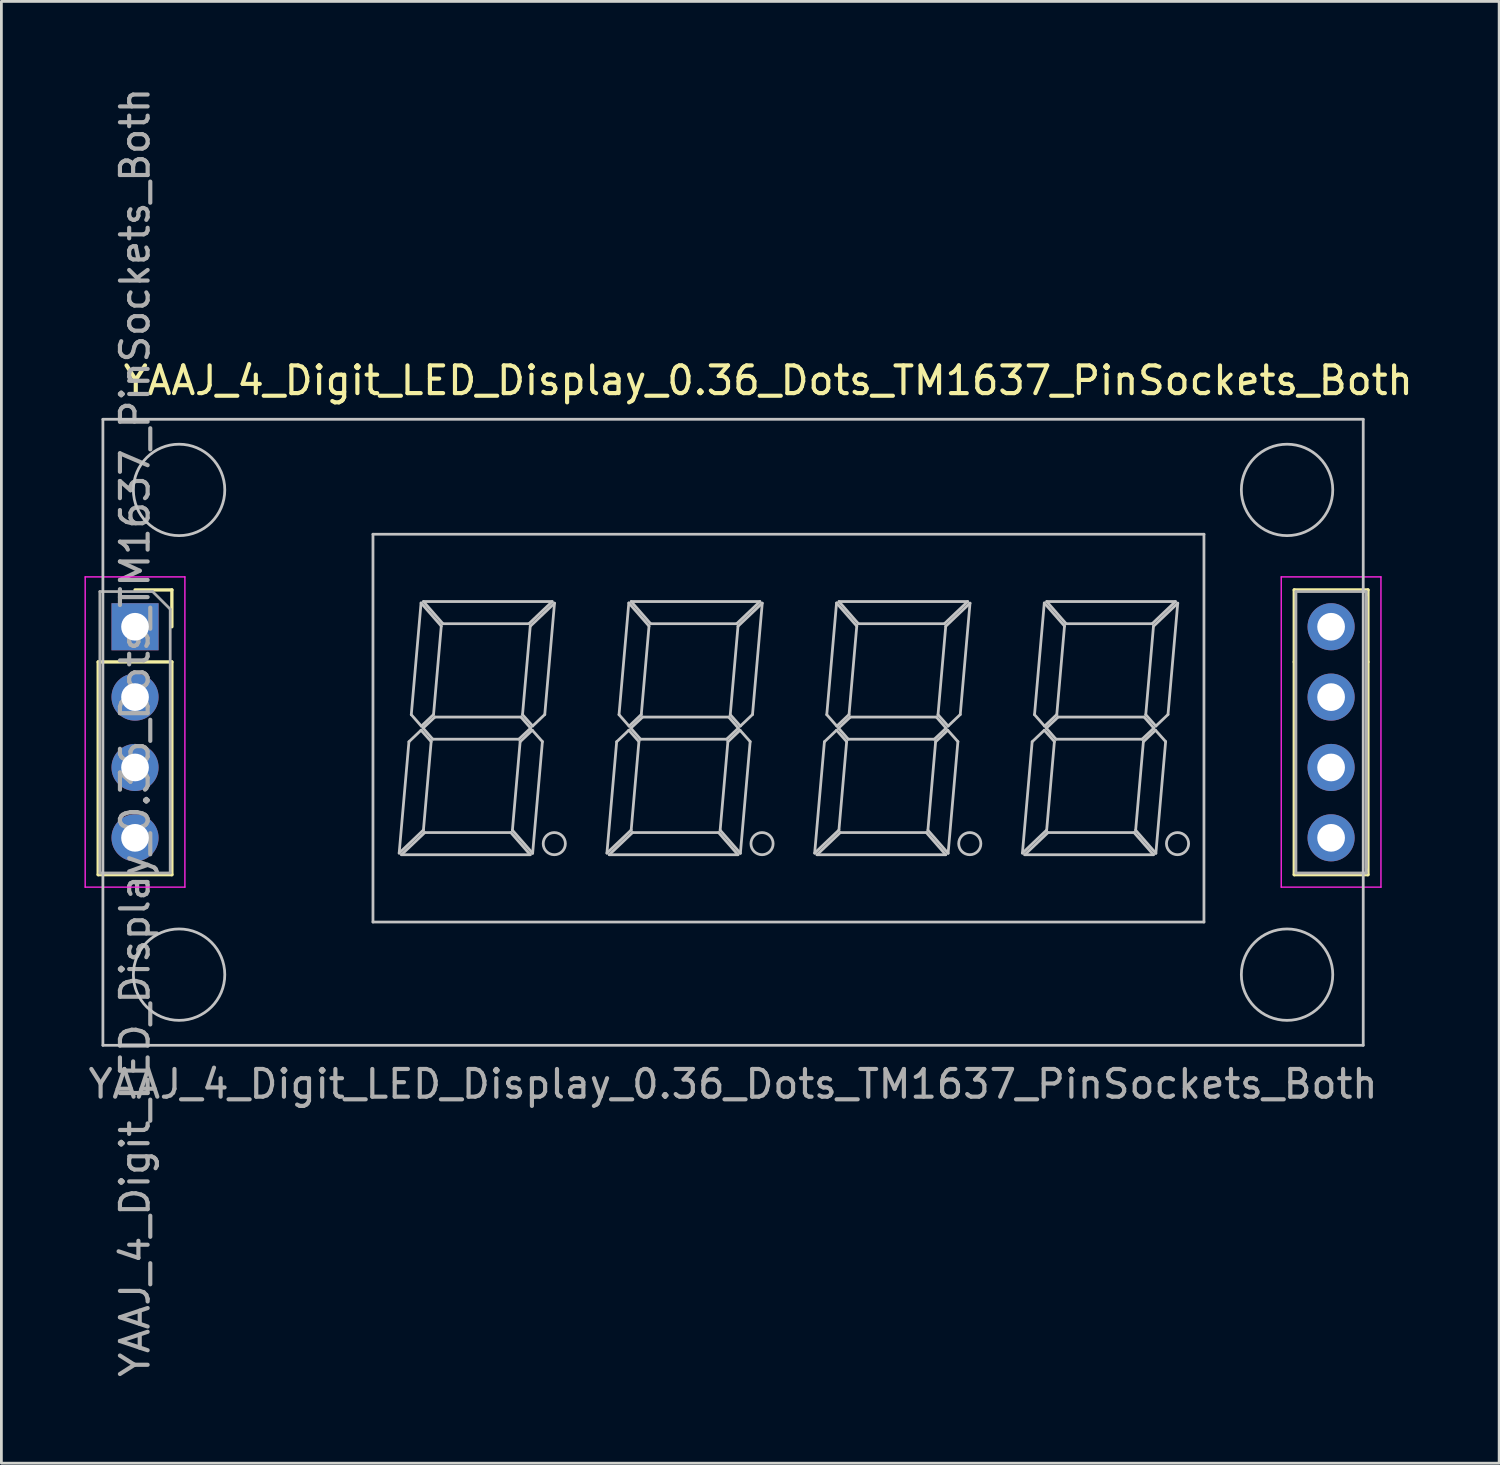
<source format=kicad_pcb>
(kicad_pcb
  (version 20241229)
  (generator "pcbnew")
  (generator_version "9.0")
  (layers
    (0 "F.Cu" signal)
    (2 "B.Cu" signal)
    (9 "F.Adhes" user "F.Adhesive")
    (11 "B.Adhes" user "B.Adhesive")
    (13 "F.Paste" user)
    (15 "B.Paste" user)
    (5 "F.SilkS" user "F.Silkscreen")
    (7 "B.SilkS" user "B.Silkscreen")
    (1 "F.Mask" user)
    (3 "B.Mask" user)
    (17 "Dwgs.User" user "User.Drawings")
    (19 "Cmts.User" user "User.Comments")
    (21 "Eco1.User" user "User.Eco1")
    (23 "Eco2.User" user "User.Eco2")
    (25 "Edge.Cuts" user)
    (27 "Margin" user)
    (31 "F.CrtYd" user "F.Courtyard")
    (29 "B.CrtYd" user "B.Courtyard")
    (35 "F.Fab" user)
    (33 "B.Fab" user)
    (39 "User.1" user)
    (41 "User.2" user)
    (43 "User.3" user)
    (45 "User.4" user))
  (footprint "YAAJ_4_Digit_LED_Display_0.36_Dots_TM1637_PinSockets_Both"
    (layer "F.Cu")
    (at 1.825 19.577)
    (property "Reference" "YAAJ_4_Digit_LED_Display_0.36_Dots_TM1637_PinSockets_Both" (at 22.86 -8.89 0) (layer "F.SilkS") (effects (font (size 1 1) (thickness 0.15))))
    (attr through_hole)
    (fp_line (start -1.33 1.27) (end -1.33 8.95) (stroke (width 0.12) (type solid)) (layer "F.SilkS"))
    (fp_line (start -1.33 1.27) (end 1.33 1.27) (stroke (width 0.12) (type solid)) (layer "F.SilkS"))
    (fp_line (start -1.33 8.95) (end 1.33 8.95) (stroke (width 0.12) (type solid)) (layer "F.SilkS"))
    (fp_line (start 0 -1.33) (end 1.33 -1.33) (stroke (width 0.12) (type solid)) (layer "F.SilkS"))
    (fp_line (start 1.33 -1.33) (end 1.33 0) (stroke (width 0.12) (type solid)) (layer "F.SilkS"))
    (fp_line (start 1.33 1.27) (end 1.33 8.95) (stroke (width 0.12) (type solid)) (layer "F.SilkS"))
    (fp_line (start 41.85 -1.33) (end 44.51 -1.33) (stroke (width 0.12) (type solid)) (layer "F.SilkS"))
    (fp_line (start 41.85 1.27) (end 41.85 -1.33) (stroke (width 0.12) (type solid)) (layer "F.SilkS"))
    (fp_line (start 41.85 1.27) (end 41.85 8.95) (stroke (width 0.12) (type solid)) (layer "F.SilkS"))
    (fp_line (start 41.85 8.95) (end 44.51 8.95) (stroke (width 0.12) (type solid)) (layer "F.SilkS"))
    (fp_line (start 44.51 1.27) (end 44.51 -1.33) (stroke (width 0.12) (type solid)) (layer "F.SilkS"))
    (fp_line (start 44.51 1.27) (end 44.51 8.95) (stroke (width 0.12) (type solid)) (layer "F.SilkS"))
    (fp_line (start -1.16 -7.49) (end -1.16 15.11) (stroke (width 0.1) (type solid)) (layer "Dwgs.User"))
    (fp_line (start -1.16 15.11) (end 44.34 15.11) (stroke (width 0.1) (type solid)) (layer "Dwgs.User"))
    (fp_line (start 8.59 -3.34) (end 8.59 10.66) (stroke (width 0.1) (type solid)) (layer "Dwgs.User"))
    (fp_line (start 8.59 10.66) (end 38.59 10.66) (stroke (width 0.1) (type solid)) (layer "Dwgs.User"))
    (fp_line (start 9.536 8.172) (end 10.412 7.338) (stroke (width 0.1) (type solid)) (layer "Dwgs.User"))
    (fp_line (start 9.62 8.23) (end 14.267 8.23) (stroke (width 0.1) (type solid)) (layer "Dwgs.User"))
    (fp_line (start 9.888 4.152) (end 9.536 8.172) (stroke (width 0.1) (type solid)) (layer "Dwgs.User"))
    (fp_line (start 9.973 3.174) (end 10.336 3.588) (stroke (width 0.1) (type solid)) (layer "Dwgs.User"))
    (fp_line (start 10.326 3.735) (end 9.888 4.152) (stroke (width 0.1) (type solid)) (layer "Dwgs.User"))
    (fp_line (start 10.326 -0.858) (end 9.973 3.174) (stroke (width 0.1) (type solid)) (layer "Dwgs.User"))
    (fp_line (start 10.336 3.588) (end 10.777 3.168) (stroke (width 0.1) (type solid)) (layer "Dwgs.User"))
    (fp_line (start 10.399 3.66) (end 10.749 4.06) (stroke (width 0.1) (type solid)) (layer "Dwgs.User"))
    (fp_line (start 10.412 7.338) (end 10.691 4.146) (stroke (width 0.1) (type solid)) (layer "Dwgs.User"))
    (fp_line (start 10.413 -0.91) (end 11.114 -0.11) (stroke (width 0.1) (type solid)) (layer "Dwgs.User"))
    (fp_line (start 10.46 7.43) (end 9.62 8.23) (stroke (width 0.1) (type solid)) (layer "Dwgs.User"))
    (fp_line (start 10.691 4.146) (end 10.326 3.735) (stroke (width 0.1) (type solid)) (layer "Dwgs.User"))
    (fp_line (start 10.749 4.06) (end 13.855 4.06) (stroke (width 0.1) (type solid)) (layer "Dwgs.User"))
    (fp_line (start 10.777 3.168) (end 11.056 -0.024) (stroke (width 0.1) (type solid)) (layer "Dwgs.User"))
    (fp_line (start 10.825 3.26) (end 10.399 3.66) (stroke (width 0.1) (type solid)) (layer "Dwgs.User"))
    (fp_line (start 11.056 -0.024) (end 10.326 -0.858) (stroke (width 0.1) (type solid)) (layer "Dwgs.User"))
    (fp_line (start 11.114 -0.11) (end 14.22 -0.11) (stroke (width 0.1) (type solid)) (layer "Dwgs.User"))
    (fp_line (start 13.566 7.43) (end 10.46 7.43) (stroke (width 0.1) (type solid)) (layer "Dwgs.User"))
    (fp_line (start 13.624 7.344) (end 14.354 8.178) (stroke (width 0.1) (type solid)) (layer "Dwgs.User"))
    (fp_line (start 13.855 4.06) (end 14.281 3.66) (stroke (width 0.1) (type solid)) (layer "Dwgs.User"))
    (fp_line (start 13.903 4.152) (end 13.624 7.344) (stroke (width 0.1) (type solid)) (layer "Dwgs.User"))
    (fp_line (start 13.931 3.26) (end 10.825 3.26) (stroke (width 0.1) (type solid)) (layer "Dwgs.User"))
    (fp_line (start 13.989 3.174) (end 14.354 3.585) (stroke (width 0.1) (type solid)) (layer "Dwgs.User"))
    (fp_line (start 14.22 -0.11) (end 15.06 -0.91) (stroke (width 0.1) (type solid)) (layer "Dwgs.User"))
    (fp_line (start 14.267 8.23) (end 13.566 7.43) (stroke (width 0.1) (type solid)) (layer "Dwgs.User"))
    (fp_line (start 14.268 -0.018) (end 13.989 3.174) (stroke (width 0.1) (type solid)) (layer "Dwgs.User"))
    (fp_line (start 14.281 3.66) (end 13.931 3.26) (stroke (width 0.1) (type solid)) (layer "Dwgs.User"))
    (fp_line (start 14.341 3.735) (end 13.903 4.152) (stroke (width 0.1) (type solid)) (layer "Dwgs.User"))
    (fp_line (start 14.354 8.178) (end 14.707 4.146) (stroke (width 0.1) (type solid)) (layer "Dwgs.User"))
    (fp_line (start 14.354 3.585) (end 14.792 3.168) (stroke (width 0.1) (type solid)) (layer "Dwgs.User"))
    (fp_line (start 14.707 4.146) (end 14.341 3.735) (stroke (width 0.1) (type solid)) (layer "Dwgs.User"))
    (fp_line (start 14.792 3.168) (end 15.144 -0.852) (stroke (width 0.1) (type solid)) (layer "Dwgs.User"))
    (fp_line (start 15.06 -0.91) (end 10.413 -0.91) (stroke (width 0.1) (type solid)) (layer "Dwgs.User"))
    (fp_line (start 15.144 -0.852) (end 14.268 -0.018) (stroke (width 0.1) (type solid)) (layer "Dwgs.User"))
    (fp_line (start 17.036 8.172) (end 17.912 7.338) (stroke (width 0.1) (type solid)) (layer "Dwgs.User"))
    (fp_line (start 17.12 8.23) (end 21.767 8.23) (stroke (width 0.1) (type solid)) (layer "Dwgs.User"))
    (fp_line (start 17.388 4.152) (end 17.036 8.172) (stroke (width 0.1) (type solid)) (layer "Dwgs.User"))
    (fp_line (start 17.473 3.174) (end 17.836 3.588) (stroke (width 0.1) (type solid)) (layer "Dwgs.User"))
    (fp_line (start 17.826 3.735) (end 17.388 4.152) (stroke (width 0.1) (type solid)) (layer "Dwgs.User"))
    (fp_line (start 17.826 -0.858) (end 17.473 3.174) (stroke (width 0.1) (type solid)) (layer "Dwgs.User"))
    (fp_line (start 17.836 3.588) (end 18.277 3.168) (stroke (width 0.1) (type solid)) (layer "Dwgs.User"))
    (fp_line (start 17.899 3.66) (end 18.249 4.06) (stroke (width 0.1) (type solid)) (layer "Dwgs.User"))
    (fp_line (start 17.912 7.338) (end 18.191 4.146) (stroke (width 0.1) (type solid)) (layer "Dwgs.User"))
    (fp_line (start 17.913 -0.91) (end 18.614 -0.11) (stroke (width 0.1) (type solid)) (layer "Dwgs.User"))
    (fp_line (start 17.96 7.43) (end 17.12 8.23) (stroke (width 0.1) (type solid)) (layer "Dwgs.User"))
    (fp_line (start 18.191 4.146) (end 17.826 3.735) (stroke (width 0.1) (type solid)) (layer "Dwgs.User"))
    (fp_line (start 18.249 4.06) (end 21.355 4.06) (stroke (width 0.1) (type solid)) (layer "Dwgs.User"))
    (fp_line (start 18.277 3.168) (end 18.556 -0.024) (stroke (width 0.1) (type solid)) (layer "Dwgs.User"))
    (fp_line (start 18.325 3.26) (end 17.899 3.66) (stroke (width 0.1) (type solid)) (layer "Dwgs.User"))
    (fp_line (start 18.556 -0.024) (end 17.826 -0.858) (stroke (width 0.1) (type solid)) (layer "Dwgs.User"))
    (fp_line (start 18.614 -0.11) (end 21.72 -0.11) (stroke (width 0.1) (type solid)) (layer "Dwgs.User"))
    (fp_line (start 21.066 7.43) (end 17.96 7.43) (stroke (width 0.1) (type solid)) (layer "Dwgs.User"))
    (fp_line (start 21.124 7.344) (end 21.854 8.178) (stroke (width 0.1) (type solid)) (layer "Dwgs.User"))
    (fp_line (start 21.355 4.06) (end 21.781 3.66) (stroke (width 0.1) (type solid)) (layer "Dwgs.User"))
    (fp_line (start 21.403 4.152) (end 21.124 7.344) (stroke (width 0.1) (type solid)) (layer "Dwgs.User"))
    (fp_line (start 21.431 3.26) (end 18.325 3.26) (stroke (width 0.1) (type solid)) (layer "Dwgs.User"))
    (fp_line (start 21.489 3.174) (end 21.854 3.585) (stroke (width 0.1) (type solid)) (layer "Dwgs.User"))
    (fp_line (start 21.72 -0.11) (end 22.56 -0.91) (stroke (width 0.1) (type solid)) (layer "Dwgs.User"))
    (fp_line (start 21.767 8.23) (end 21.066 7.43) (stroke (width 0.1) (type solid)) (layer "Dwgs.User"))
    (fp_line (start 21.768 -0.018) (end 21.489 3.174) (stroke (width 0.1) (type solid)) (layer "Dwgs.User"))
    (fp_line (start 21.781 3.66) (end 21.431 3.26) (stroke (width 0.1) (type solid)) (layer "Dwgs.User"))
    (fp_line (start 21.841 3.735) (end 21.403 4.152) (stroke (width 0.1) (type solid)) (layer "Dwgs.User"))
    (fp_line (start 21.854 8.178) (end 22.207 4.146) (stroke (width 0.1) (type solid)) (layer "Dwgs.User"))
    (fp_line (start 21.854 3.585) (end 22.292 3.168) (stroke (width 0.1) (type solid)) (layer "Dwgs.User"))
    (fp_line (start 22.207 4.146) (end 21.841 3.735) (stroke (width 0.1) (type solid)) (layer "Dwgs.User"))
    (fp_line (start 22.292 3.168) (end 22.644 -0.852) (stroke (width 0.1) (type solid)) (layer "Dwgs.User"))
    (fp_line (start 22.56 -0.91) (end 17.913 -0.91) (stroke (width 0.1) (type solid)) (layer "Dwgs.User"))
    (fp_line (start 22.644 -0.852) (end 21.768 -0.018) (stroke (width 0.1) (type solid)) (layer "Dwgs.User"))
    (fp_line (start 24.536 8.172) (end 25.412 7.338) (stroke (width 0.1) (type solid)) (layer "Dwgs.User"))
    (fp_line (start 24.62 8.23) (end 29.267 8.23) (stroke (width 0.1) (type solid)) (layer "Dwgs.User"))
    (fp_line (start 24.888 4.152) (end 24.536 8.172) (stroke (width 0.1) (type solid)) (layer "Dwgs.User"))
    (fp_line (start 24.973 3.174) (end 25.336 3.588) (stroke (width 0.1) (type solid)) (layer "Dwgs.User"))
    (fp_line (start 25.326 3.735) (end 24.888 4.152) (stroke (width 0.1) (type solid)) (layer "Dwgs.User"))
    (fp_line (start 25.326 -0.858) (end 24.973 3.174) (stroke (width 0.1) (type solid)) (layer "Dwgs.User"))
    (fp_line (start 25.336 3.588) (end 25.777 3.168) (stroke (width 0.1) (type solid)) (layer "Dwgs.User"))
    (fp_line (start 25.399 3.66) (end 25.749 4.06) (stroke (width 0.1) (type solid)) (layer "Dwgs.User"))
    (fp_line (start 25.412 7.338) (end 25.691 4.146) (stroke (width 0.1) (type solid)) (layer "Dwgs.User"))
    (fp_line (start 25.413 -0.91) (end 26.114 -0.11) (stroke (width 0.1) (type solid)) (layer "Dwgs.User"))
    (fp_line (start 25.46 7.43) (end 24.62 8.23) (stroke (width 0.1) (type solid)) (layer "Dwgs.User"))
    (fp_line (start 25.691 4.146) (end 25.326 3.735) (stroke (width 0.1) (type solid)) (layer "Dwgs.User"))
    (fp_line (start 25.749 4.06) (end 28.855 4.06) (stroke (width 0.1) (type solid)) (layer "Dwgs.User"))
    (fp_line (start 25.777 3.168) (end 26.056 -0.024) (stroke (width 0.1) (type solid)) (layer "Dwgs.User"))
    (fp_line (start 25.825 3.26) (end 25.399 3.66) (stroke (width 0.1) (type solid)) (layer "Dwgs.User"))
    (fp_line (start 26.056 -0.024) (end 25.326 -0.858) (stroke (width 0.1) (type solid)) (layer "Dwgs.User"))
    (fp_line (start 26.114 -0.11) (end 29.22 -0.11) (stroke (width 0.1) (type solid)) (layer "Dwgs.User"))
    (fp_line (start 28.566 7.43) (end 25.46 7.43) (stroke (width 0.1) (type solid)) (layer "Dwgs.User"))
    (fp_line (start 28.624 7.344) (end 29.354 8.178) (stroke (width 0.1) (type solid)) (layer "Dwgs.User"))
    (fp_line (start 28.855 4.06) (end 29.281 3.66) (stroke (width 0.1) (type solid)) (layer "Dwgs.User"))
    (fp_line (start 28.903 4.152) (end 28.624 7.344) (stroke (width 0.1) (type solid)) (layer "Dwgs.User"))
    (fp_line (start 28.931 3.26) (end 25.825 3.26) (stroke (width 0.1) (type solid)) (layer "Dwgs.User"))
    (fp_line (start 28.989 3.174) (end 29.354 3.585) (stroke (width 0.1) (type solid)) (layer "Dwgs.User"))
    (fp_line (start 29.22 -0.11) (end 30.06 -0.91) (stroke (width 0.1) (type solid)) (layer "Dwgs.User"))
    (fp_line (start 29.267 8.23) (end 28.566 7.43) (stroke (width 0.1) (type solid)) (layer "Dwgs.User"))
    (fp_line (start 29.268 -0.018) (end 28.989 3.174) (stroke (width 0.1) (type solid)) (layer "Dwgs.User"))
    (fp_line (start 29.281 3.66) (end 28.931 3.26) (stroke (width 0.1) (type solid)) (layer "Dwgs.User"))
    (fp_line (start 29.341 3.735) (end 28.903 4.152) (stroke (width 0.1) (type solid)) (layer "Dwgs.User"))
    (fp_line (start 29.354 8.178) (end 29.707 4.146) (stroke (width 0.1) (type solid)) (layer "Dwgs.User"))
    (fp_line (start 29.354 3.585) (end 29.792 3.168) (stroke (width 0.1) (type solid)) (layer "Dwgs.User"))
    (fp_line (start 29.707 4.146) (end 29.341 3.735) (stroke (width 0.1) (type solid)) (layer "Dwgs.User"))
    (fp_line (start 29.792 3.168) (end 30.144 -0.852) (stroke (width 0.1) (type solid)) (layer "Dwgs.User"))
    (fp_line (start 30.06 -0.91) (end 25.413 -0.91) (stroke (width 0.1) (type solid)) (layer "Dwgs.User"))
    (fp_line (start 30.144 -0.852) (end 29.268 -0.018) (stroke (width 0.1) (type solid)) (layer "Dwgs.User"))
    (fp_line (start 32.036 8.172) (end 32.912 7.338) (stroke (width 0.1) (type solid)) (layer "Dwgs.User"))
    (fp_line (start 32.12 8.23) (end 36.767 8.23) (stroke (width 0.1) (type solid)) (layer "Dwgs.User"))
    (fp_line (start 32.388 4.152) (end 32.036 8.172) (stroke (width 0.1) (type solid)) (layer "Dwgs.User"))
    (fp_line (start 32.473 3.174) (end 32.836 3.588) (stroke (width 0.1) (type solid)) (layer "Dwgs.User"))
    (fp_line (start 32.826 3.735) (end 32.388 4.152) (stroke (width 0.1) (type solid)) (layer "Dwgs.User"))
    (fp_line (start 32.826 -0.858) (end 32.473 3.174) (stroke (width 0.1) (type solid)) (layer "Dwgs.User"))
    (fp_line (start 32.836 3.588) (end 33.277 3.168) (stroke (width 0.1) (type solid)) (layer "Dwgs.User"))
    (fp_line (start 32.899 3.66) (end 33.249 4.06) (stroke (width 0.1) (type solid)) (layer "Dwgs.User"))
    (fp_line (start 32.912 7.338) (end 33.191 4.146) (stroke (width 0.1) (type solid)) (layer "Dwgs.User"))
    (fp_line (start 32.913 -0.91) (end 33.614 -0.11) (stroke (width 0.1) (type solid)) (layer "Dwgs.User"))
    (fp_line (start 32.96 7.43) (end 32.12 8.23) (stroke (width 0.1) (type solid)) (layer "Dwgs.User"))
    (fp_line (start 33.191 4.146) (end 32.826 3.735) (stroke (width 0.1) (type solid)) (layer "Dwgs.User"))
    (fp_line (start 33.249 4.06) (end 36.355 4.06) (stroke (width 0.1) (type solid)) (layer "Dwgs.User"))
    (fp_line (start 33.277 3.168) (end 33.556 -0.024) (stroke (width 0.1) (type solid)) (layer "Dwgs.User"))
    (fp_line (start 33.325 3.26) (end 32.899 3.66) (stroke (width 0.1) (type solid)) (layer "Dwgs.User"))
    (fp_line (start 33.556 -0.024) (end 32.826 -0.858) (stroke (width 0.1) (type solid)) (layer "Dwgs.User"))
    (fp_line (start 33.614 -0.11) (end 36.72 -0.11) (stroke (width 0.1) (type solid)) (layer "Dwgs.User"))
    (fp_line (start 36.066 7.43) (end 32.96 7.43) (stroke (width 0.1) (type solid)) (layer "Dwgs.User"))
    (fp_line (start 36.124 7.344) (end 36.854 8.178) (stroke (width 0.1) (type solid)) (layer "Dwgs.User"))
    (fp_line (start 36.355 4.06) (end 36.781 3.66) (stroke (width 0.1) (type solid)) (layer "Dwgs.User"))
    (fp_line (start 36.403 4.152) (end 36.124 7.344) (stroke (width 0.1) (type solid)) (layer "Dwgs.User"))
    (fp_line (start 36.431 3.26) (end 33.325 3.26) (stroke (width 0.1) (type solid)) (layer "Dwgs.User"))
    (fp_line (start 36.489 3.174) (end 36.854 3.585) (stroke (width 0.1) (type solid)) (layer "Dwgs.User"))
    (fp_line (start 36.72 -0.11) (end 37.56 -0.91) (stroke (width 0.1) (type solid)) (layer "Dwgs.User"))
    (fp_line (start 36.767 8.23) (end 36.066 7.43) (stroke (width 0.1) (type solid)) (layer "Dwgs.User"))
    (fp_line (start 36.768 -0.018) (end 36.489 3.174) (stroke (width 0.1) (type solid)) (layer "Dwgs.User"))
    (fp_line (start 36.781 3.66) (end 36.431 3.26) (stroke (width 0.1) (type solid)) (layer "Dwgs.User"))
    (fp_line (start 36.841 3.735) (end 36.403 4.152) (stroke (width 0.1) (type solid)) (layer "Dwgs.User"))
    (fp_line (start 36.854 8.178) (end 37.207 4.146) (stroke (width 0.1) (type solid)) (layer "Dwgs.User"))
    (fp_line (start 36.854 3.585) (end 37.292 3.168) (stroke (width 0.1) (type solid)) (layer "Dwgs.User"))
    (fp_line (start 37.207 4.146) (end 36.841 3.735) (stroke (width 0.1) (type solid)) (layer "Dwgs.User"))
    (fp_line (start 37.292 3.168) (end 37.644 -0.852) (stroke (width 0.1) (type solid)) (layer "Dwgs.User"))
    (fp_line (start 37.56 -0.91) (end 32.913 -0.91) (stroke (width 0.1) (type solid)) (layer "Dwgs.User"))
    (fp_line (start 37.644 -0.852) (end 36.768 -0.018) (stroke (width 0.1) (type solid)) (layer "Dwgs.User"))
    (fp_line (start 38.59 -3.34) (end 8.59 -3.34) (stroke (width 0.1) (type solid)) (layer "Dwgs.User"))
    (fp_line (start 38.59 10.66) (end 38.59 -3.34) (stroke (width 0.1) (type solid)) (layer "Dwgs.User"))
    (fp_line (start 44.34 -7.49) (end -1.16 -7.49) (stroke (width 0.1) (type solid)) (layer "Dwgs.User"))
    (fp_line (start 44.34 15.11) (end 44.34 -7.49) (stroke (width 0.1) (type solid)) (layer "Dwgs.User"))
    (fp_circle (center 1.59 -4.94) (end 3.24 -4.94) (stroke (width 0.1) (type solid)) (fill no) (layer "Dwgs.User"))
    (fp_circle (center 1.59 12.56) (end 3.24 12.56) (stroke (width 0.1) (type solid)) (fill no) (layer "Dwgs.User"))
    (fp_circle (center 15.136 7.83) (end 15.536 7.83) (stroke (width 0.1) (type solid)) (fill no) (layer "Dwgs.User"))
    (fp_circle (center 22.636 7.83) (end 23.036 7.83) (stroke (width 0.1) (type solid)) (fill no) (layer "Dwgs.User"))
    (fp_circle (center 30.136 7.83) (end 30.536 7.83) (stroke (width 0.1) (type solid)) (fill no) (layer "Dwgs.User"))
    (fp_circle (center 37.636 7.83) (end 38.036 7.83) (stroke (width 0.1) (type solid)) (fill no) (layer "Dwgs.User"))
    (fp_circle (center 41.59 -4.94) (end 43.24 -4.94) (stroke (width 0.1) (type solid)) (fill no) (layer "Dwgs.User"))
    (fp_circle (center 41.59 12.56) (end 43.24 12.56) (stroke (width 0.1) (type solid)) (fill no) (layer "Dwgs.User"))
    (fp_line (start -1.8 -1.8) (end -1.8 9.4) (stroke (width 0.05) (type solid)) (layer "F.CrtYd"))
    (fp_line (start -1.8 9.4) (end 1.8 9.4) (stroke (width 0.05) (type solid)) (layer "F.CrtYd"))
    (fp_line (start 1.8 -1.8) (end -1.8 -1.8) (stroke (width 0.05) (type solid)) (layer "F.CrtYd"))
    (fp_line (start 1.8 9.4) (end 1.8 -1.8) (stroke (width 0.05) (type solid)) (layer "F.CrtYd"))
    (fp_line (start 41.38 -1.8) (end 41.38 9.4) (stroke (width 0.05) (type solid)) (layer "F.CrtYd"))
    (fp_line (start 41.38 9.4) (end 44.98 9.4) (stroke (width 0.05) (type solid)) (layer "F.CrtYd"))
    (fp_line (start 44.98 -1.8) (end 41.38 -1.8) (stroke (width 0.05) (type solid)) (layer "F.CrtYd"))
    (fp_line (start 44.98 9.4) (end 44.98 -1.8) (stroke (width 0.05) (type solid)) (layer "F.CrtYd"))
    (fp_line (start -1.27 -1.27) (end 0.635 -1.27) (stroke (width 0.1) (type solid)) (layer "F.Fab"))
    (fp_line (start -1.27 8.89) (end -1.27 -1.27) (stroke (width 0.1) (type solid)) (layer "F.Fab"))
    (fp_line (start 0.635 -1.27) (end 1.27 -0.635) (stroke (width 0.1) (type solid)) (layer "F.Fab"))
    (fp_line (start 1.27 -0.635) (end 1.27 8.89) (stroke (width 0.1) (type solid)) (layer "F.Fab"))
    (fp_line (start 1.27 8.89) (end -1.27 8.89) (stroke (width 0.1) (type solid)) (layer "F.Fab"))
    (fp_line (start 41.91 -1.27) (end 44.45 -1.27) (stroke (width 0.1) (type solid)) (layer "F.Fab"))
    (fp_line (start 41.91 8.89) (end 41.91 -1.27) (stroke (width 0.1) (type solid)) (layer "F.Fab"))
    (fp_line (start 44.45 -1.27) (end 44.45 8.89) (stroke (width 0.1) (type solid)) (layer "F.Fab"))
    (fp_line (start 44.45 -1.08) (end 44.45 8.7) (stroke (width 0.1) (type solid)) (layer "F.Fab"))
    (fp_line (start 44.45 8.89) (end 41.91 8.89) (stroke (width 0.1) (type solid)) (layer "F.Fab"))
    (fp_text user "${REFERENCE}" (at 0 3.81 90) (layer "F.Fab") (effects (font (size 1 1) (thickness 0.15))))
    (fp_text user "YAAJ_4_Digit_LED_Display_0.36_Dots_TM1637_PinSockets_Both" (at 21.59 16.51 0) (layer "F.Fab") (effects (font (size 1 1) (thickness 0.15))))
    (pad "1" thru_hole rect (at 0 0) (size 1.7 1.7) (drill 1) (layers "*.Cu" "*.Mask"))
    (pad "2" thru_hole oval (at 0 2.54) (size 1.7 1.7) (drill 1) (layers "*.Cu" "*.Mask"))
    (pad "3" thru_hole oval (at 0 5.08) (size 1.7 1.7) (drill 1) (layers "*.Cu" "*.Mask"))
    (pad "4" thru_hole oval (at 0 7.62) (size 1.7 1.7) (drill 1) (layers "*.Cu" "*.Mask"))
    (pad "5" thru_hole oval (at 43.18 7.62) (size 1.7 1.7) (drill 1) (layers "*.Cu" "*.Mask"))
    (pad "6" thru_hole oval (at 43.18 5.08) (size 1.7 1.7) (drill 1) (layers "*.Cu" "*.Mask"))
    (pad "7" thru_hole oval (at 43.18 2.54) (size 1.7 1.7) (drill 1) (layers "*.Cu" "*.Mask"))
    (pad "8" thru_hole circle (at 43.18 0) (size 1.7 1.7) (drill 1) (layers "*.Cu" "*.Mask")))
  (gr_rect
    (start -3 -3)
    (end 51.072 49.774)
    (stroke (width 0.1) (type default))
    (fill no)
    (layer "Edge.Cuts")))
</source>
